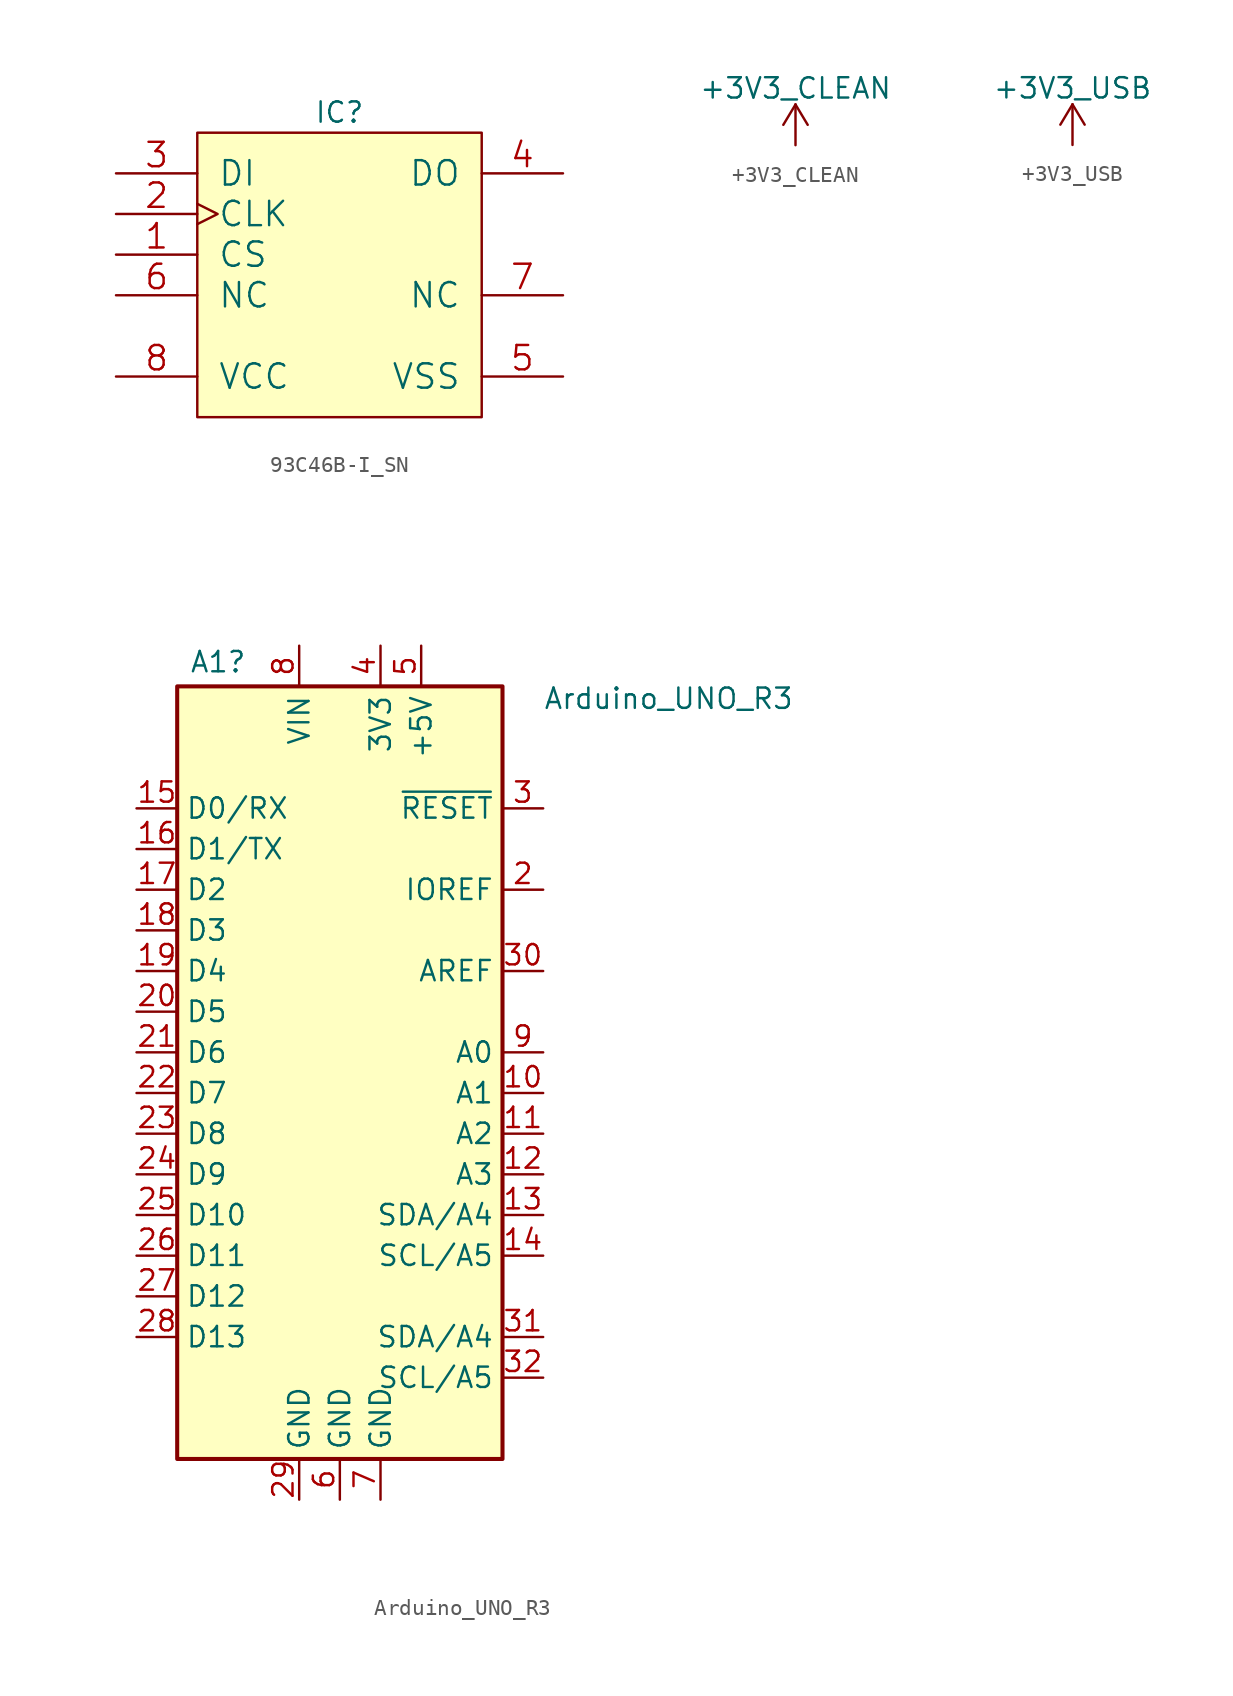
<source format=kicad_sym>
(kicad_symbol_lib
  (version 20241209)
  (generator "kicad_symbol_editor")
  (generator_version "9.0")
  (symbol "93C46B-I_SN"
    (pin_names
      (offset 1.27))
    (property "Reference" "IC"
      (at 8.89 1.27 0)
      (effects (font (size 1.27 1.27))))
    (property "ki_locked" ""
      (at 0 0 0)
      (effects (font (size 1.27 1.27))))
    (symbol "93C46B-I_SN_0_1"
      (rectangle (start 0 -17.78) (end 17.78 0) (stroke (width 0) (type solid)) (fill (type background)))
      (pin input line (at -5.08 -2.54 0) (length 5.08) (name "DI" (effects (font (size 1.524 1.524)))) (number "3" (effects (font (size 1.524 1.524)))))
      (pin input clock (at -5.08 -5.08 0) (length 5.08) (name "CLK" (effects (font (size 1.524 1.524)))) (number "2" (effects (font (size 1.524 1.524)))))
      (pin input line (at -5.08 -7.62 0) (length 5.08) (name "CS" (effects (font (size 1.524 1.524)))) (number "1" (effects (font (size 1.524 1.524)))))
      (pin passive line (at -5.08 -10.16 0) (length 5.08) (name "NC" (effects (font (size 1.524 1.524)))) (number "6" (effects (font (size 1.524 1.524)))))
      (pin power_in line (at -5.08 -15.24 0) (length 5.08) (name "VCC" (effects (font (size 1.524 1.524)))) (number "8" (effects (font (size 1.524 1.524)))))
      (pin output line (at 22.86 -2.54 180) (length 5.08) (name "DO" (effects (font (size 1.524 1.524)))) (number "4" (effects (font (size 1.524 1.524)))))
      (pin passive line (at 22.86 -10.16 180) (length 5.08) (name "NC" (effects (font (size 1.524 1.524)))) (number "7" (effects (font (size 1.524 1.524)))))
      (pin power_in line (at 22.86 -15.24 180) (length 5.08) (name "VSS" (effects (font (size 1.524 1.524)))) (number "5" (effects (font (size 1.524 1.524)))))))
  (symbol "+3V3_CLEAN"
    (power)
    (pin_names
      (offset 0))
    (property "Reference" "#PWR"
      (at 0 -3.81 0)
      (effects (font (size 1.27 1.27)) (hide yes)))
    (property "Value" "+3V3_CLEAN"
      (at 0 3.556 0)
      (effects (font (size 1.27 1.27))))
    (symbol "+3V3_CLEAN_0_1"
      (polyline (pts (xy -0.762 1.27) (xy 0 2.54)) (stroke (width 0) (type default)) (fill (type none)))
      (polyline (pts (xy 0 2.54) (xy 0.762 1.27)) (stroke (width 0) (type default)) (fill (type none)))
      (polyline (pts (xy 0 0) (xy 0 2.54)) (stroke (width 0) (type default)) (fill (type none))))
    (symbol "+3V3_CLEAN_1_1"
      (pin power_in line (at 0 0 90) (length 0) (hide yes) (name "+3V3_CLEAN" (effects (font (size 1.27 1.27)))) (number "1" (effects (font (size 1.27 1.27)))))))
  (symbol "+3V3_USB"
    (power)
    (pin_names
      (offset 0))
    (property "Reference" "#PWR"
      (at 0 -3.81 0)
      (effects (font (size 1.27 1.27)) (hide yes)))
    (property "Value" "+3V3_USB"
      (at 0 3.556 0)
      (effects (font (size 1.27 1.27))))
    (symbol "+3V3_USB_0_1"
      (polyline (pts (xy -0.762 1.27) (xy 0 2.54)) (stroke (width 0) (type default)) (fill (type none)))
      (polyline (pts (xy 0 2.54) (xy 0.762 1.27)) (stroke (width 0) (type default)) (fill (type none)))
      (polyline (pts (xy 0 0) (xy 0 2.54)) (stroke (width 0) (type default)) (fill (type none))))
    (symbol "+3V3_USB_1_1"
      (pin power_in line (at 0 0 90) (length 0) (hide yes) (name "+3V3_USB" (effects (font (size 1.27 1.27)))) (number "1" (effects (font (size 1.27 1.27)))))))
  (symbol "Arduino_UNO_R3"
    (property "Reference" "A1"
      (at -9.398 24.384 0)
      (effects (font (size 1.27 1.27)) (justify left)))
    (property "Value" "Arduino_UNO_R3"
      (at 12.7 22.098 0)
      (effects (font (size 1.27 1.27)) (justify left)))
    (symbol "Arduino_UNO_R3_0_1"
      (rectangle (start -10.16 22.86) (end 10.16 -25.4) (stroke (width 0.254) (type default)) (fill (type background))))
    (symbol "Arduino_UNO_R3_1_1"
      (pin bidirectional line (at -12.7 15.24 0) (length 2.54) (name "D0/RX" (effects (font (size 1.27 1.27)))) (number "15" (effects (font (size 1.27 1.27)))))
      (pin bidirectional line (at -12.7 12.7 0) (length 2.54) (name "D1/TX" (effects (font (size 1.27 1.27)))) (number "16" (effects (font (size 1.27 1.27)))))
      (pin bidirectional line (at -12.7 10.16 0) (length 2.54) (name "D2" (effects (font (size 1.27 1.27)))) (number "17" (effects (font (size 1.27 1.27)))))
      (pin bidirectional line (at -12.7 7.62 0) (length 2.54) (name "D3" (effects (font (size 1.27 1.27)))) (number "18" (effects (font (size 1.27 1.27)))))
      (pin bidirectional line (at -12.7 5.08 0) (length 2.54) (name "D4" (effects (font (size 1.27 1.27)))) (number "19" (effects (font (size 1.27 1.27)))))
      (pin bidirectional line (at -12.7 2.54 0) (length 2.54) (name "D5" (effects (font (size 1.27 1.27)))) (number "20" (effects (font (size 1.27 1.27)))))
      (pin bidirectional line (at -12.7 0 0) (length 2.54) (name "D6" (effects (font (size 1.27 1.27)))) (number "21" (effects (font (size 1.27 1.27)))))
      (pin bidirectional line (at -12.7 -2.54 0) (length 2.54) (name "D7" (effects (font (size 1.27 1.27)))) (number "22" (effects (font (size 1.27 1.27)))))
      (pin bidirectional line (at -12.7 -5.08 0) (length 2.54) (name "D8" (effects (font (size 1.27 1.27)))) (number "23" (effects (font (size 1.27 1.27)))))
      (pin bidirectional line (at -12.7 -7.62 0) (length 2.54) (name "D9" (effects (font (size 1.27 1.27)))) (number "24" (effects (font (size 1.27 1.27)))))
      (pin bidirectional line (at -12.7 -10.16 0) (length 2.54) (name "D10" (effects (font (size 1.27 1.27)))) (number "25" (effects (font (size 1.27 1.27)))))
      (pin bidirectional line (at -12.7 -12.7 0) (length 2.54) (name "D11" (effects (font (size 1.27 1.27)))) (number "26" (effects (font (size 1.27 1.27)))))
      (pin bidirectional line (at -12.7 -15.24 0) (length 2.54) (name "D12" (effects (font (size 1.27 1.27)))) (number "27" (effects (font (size 1.27 1.27)))))
      (pin bidirectional line (at -12.7 -17.78 0) (length 2.54) (name "D13" (effects (font (size 1.27 1.27)))) (number "28" (effects (font (size 1.27 1.27)))))
      (pin no_connect line (at -10.16 -20.32 0) (length 2.54) (hide yes) (name "NC" (effects (font (size 1.27 1.27)))) (number "1" (effects (font (size 1.27 1.27)))))
      (pin power_in line (at -2.54 25.4 270) (length 2.54) (name "VIN" (effects (font (size 1.27 1.27)))) (number "8" (effects (font (size 1.27 1.27)))))
      (pin power_in line (at -2.54 -27.94 90) (length 2.54) (name "GND" (effects (font (size 1.27 1.27)))) (number "29" (effects (font (size 1.27 1.27)))))
      (pin power_in line (at 0 -27.94 90) (length 2.54) (name "GND" (effects (font (size 1.27 1.27)))) (number "6" (effects (font (size 1.27 1.27)))))
      (pin power_in line (at 2.54 25.4 270) (length 2.54) (name "3V3" (effects (font (size 1.27 1.27)))) (number "4" (effects (font (size 1.27 1.27)))))
      (pin power_in line (at 2.54 -27.94 90) (length 2.54) (name "GND" (effects (font (size 1.27 1.27)))) (number "7" (effects (font (size 1.27 1.27)))))
      (pin power_out line (at 5.08 25.4 270) (length 2.54) (name "+5V" (effects (font (size 1.27 1.27)))) (number "5" (effects (font (size 1.27 1.27)))))
      (pin input line (at 12.7 15.24 180) (length 2.54) (name "~{RESET}" (effects (font (size 1.27 1.27)))) (number "3" (effects (font (size 1.27 1.27)))))
      (pin input line (at 12.7 10.16 180) (length 2.54) (name "IOREF" (effects (font (size 1.27 1.27)))) (number "2" (effects (font (size 1.27 1.27)))))
      (pin input line (at 12.7 5.08 180) (length 2.54) (name "AREF" (effects (font (size 1.27 1.27)))) (number "30" (effects (font (size 1.27 1.27)))))
      (pin bidirectional line (at 12.7 0 180) (length 2.54) (name "A0" (effects (font (size 1.27 1.27)))) (number "9" (effects (font (size 1.27 1.27)))))
      (pin bidirectional line (at 12.7 -2.54 180) (length 2.54) (name "A1" (effects (font (size 1.27 1.27)))) (number "10" (effects (font (size 1.27 1.27)))))
      (pin bidirectional line (at 12.7 -5.08 180) (length 2.54) (name "A2" (effects (font (size 1.27 1.27)))) (number "11" (effects (font (size 1.27 1.27)))))
      (pin bidirectional line (at 12.7 -7.62 180) (length 2.54) (name "A3" (effects (font (size 1.27 1.27)))) (number "12" (effects (font (size 1.27 1.27)))))
      (pin bidirectional line (at 12.7 -10.16 180) (length 2.54) (name "SDA/A4" (effects (font (size 1.27 1.27)))) (number "13" (effects (font (size 1.27 1.27)))))
      (pin bidirectional line (at 12.7 -12.7 180) (length 2.54) (name "SCL/A5" (effects (font (size 1.27 1.27)))) (number "14" (effects (font (size 1.27 1.27)))))
      (pin bidirectional line (at 12.7 -17.78 180) (length 2.54) (name "SDA/A4" (effects (font (size 1.27 1.27)))) (number "31" (effects (font (size 1.27 1.27)))))
      (pin bidirectional line (at 12.7 -20.32 180) (length 2.54) (name "SCL/A5" (effects (font (size 1.27 1.27)))) (number "32" (effects (font (size 1.27 1.27))))))))
</source>
